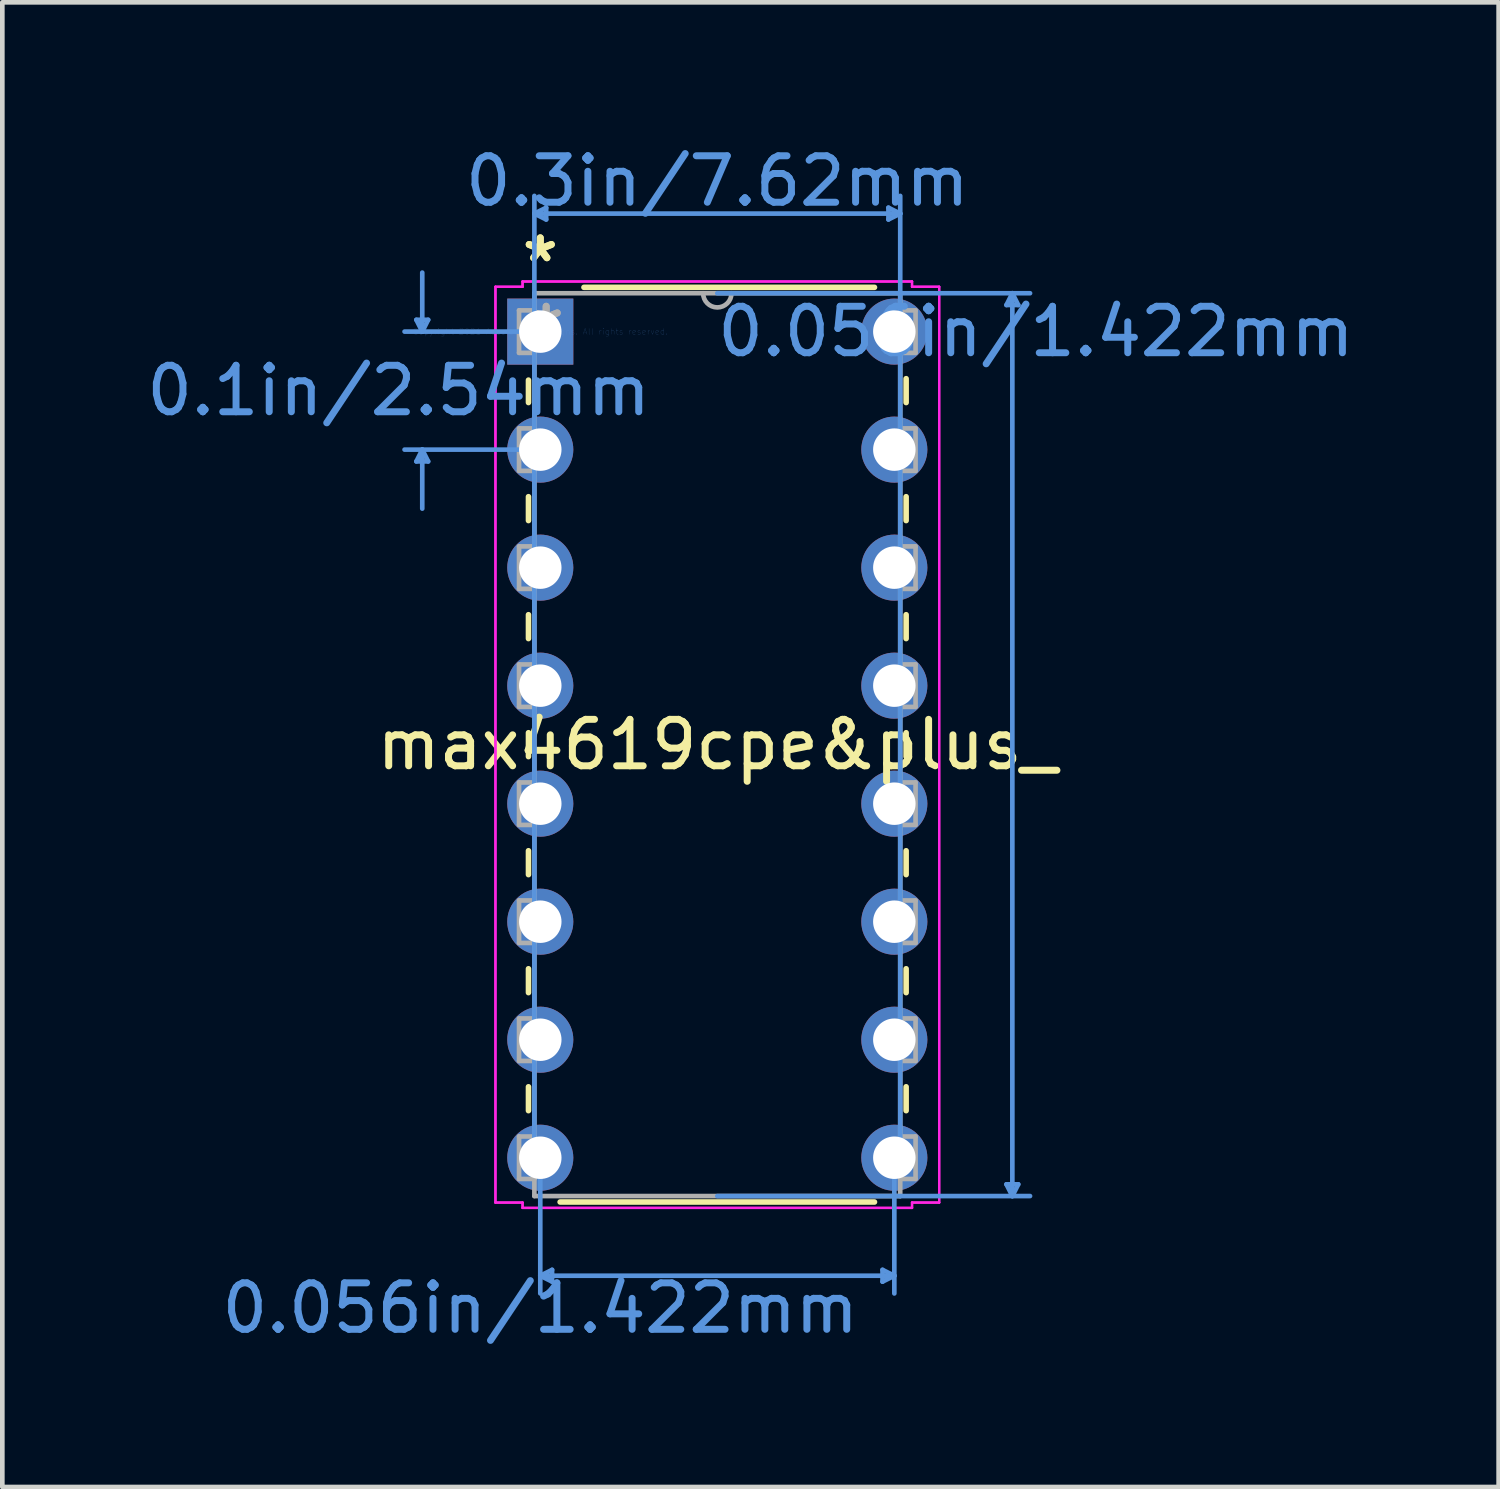
<source format=kicad_pcb>
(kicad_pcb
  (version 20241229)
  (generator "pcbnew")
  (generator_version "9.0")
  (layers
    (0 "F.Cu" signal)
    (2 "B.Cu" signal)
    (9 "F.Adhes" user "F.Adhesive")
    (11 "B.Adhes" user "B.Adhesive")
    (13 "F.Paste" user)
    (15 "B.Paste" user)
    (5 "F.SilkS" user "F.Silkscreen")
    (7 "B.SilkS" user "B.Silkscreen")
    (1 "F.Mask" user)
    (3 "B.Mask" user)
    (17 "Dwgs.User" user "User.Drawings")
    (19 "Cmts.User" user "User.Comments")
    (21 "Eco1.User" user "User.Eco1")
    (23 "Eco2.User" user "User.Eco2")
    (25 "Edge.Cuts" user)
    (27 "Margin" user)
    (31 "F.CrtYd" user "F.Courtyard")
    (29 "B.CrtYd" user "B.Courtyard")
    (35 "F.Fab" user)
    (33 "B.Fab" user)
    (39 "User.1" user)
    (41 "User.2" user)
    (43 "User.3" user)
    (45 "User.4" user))
  (footprint "max4619cpe&plus_"
    (layer "F.Cu")
    (at 8.578 4.087)
    (property "Reference" "max4619cpe&plus_" (at 3.81 8.89 0) (layer "F.SilkS") (effects (font (size 1 1) (thickness 0.15))))
    (attr through_hole)
    (fp_line (start -0.254 1.044) (end -0.254 1.527) (stroke (width 0.12) (type solid)) (layer "F.SilkS"))
    (fp_line (start -0.254 3.553) (end -0.254 4.067) (stroke (width 0.12) (type solid)) (layer "F.SilkS"))
    (fp_line (start -0.254 6.093) (end -0.254 6.607) (stroke (width 0.12) (type solid)) (layer "F.SilkS"))
    (fp_line (start -0.254 8.633) (end -0.254 9.147) (stroke (width 0.12) (type solid)) (layer "F.SilkS"))
    (fp_line (start -0.254 11.173) (end -0.254 11.687) (stroke (width 0.12) (type solid)) (layer "F.SilkS"))
    (fp_line (start -0.254 13.713) (end -0.254 14.227) (stroke (width 0.12) (type solid)) (layer "F.SilkS"))
    (fp_line (start -0.254 16.253) (end -0.254 16.767) (stroke (width 0.12) (type solid)) (layer "F.SilkS"))
    (fp_line (start 0.427 18.733) (end 7.193 18.733) (stroke (width 0.12) (type solid)) (layer "F.SilkS"))
    (fp_line (start 7.193 -0.953) (end 0.94 -0.953) (stroke (width 0.12) (type solid)) (layer "F.SilkS"))
    (fp_line (start 7.874 1.527) (end 7.874 1.013) (stroke (width 0.12) (type solid)) (layer "F.SilkS"))
    (fp_line (start 7.874 4.067) (end 7.874 3.553) (stroke (width 0.12) (type solid)) (layer "F.SilkS"))
    (fp_line (start 7.874 6.607) (end 7.874 6.093) (stroke (width 0.12) (type solid)) (layer "F.SilkS"))
    (fp_line (start 7.874 9.147) (end 7.874 8.633) (stroke (width 0.12) (type solid)) (layer "F.SilkS"))
    (fp_line (start 7.874 11.687) (end 7.874 11.173) (stroke (width 0.12) (type solid)) (layer "F.SilkS"))
    (fp_line (start 7.874 14.227) (end 7.874 13.713) (stroke (width 0.12) (type solid)) (layer "F.SilkS"))
    (fp_line (start 7.874 16.767) (end 7.874 16.253) (stroke (width 0.12) (type solid)) (layer "F.SilkS"))
    (fp_line (start -2.667 -0.254) (end -2.413 -0.254) (stroke (width 0.1) (type solid)) (layer "Cmts.User"))
    (fp_line (start -2.667 2.794) (end -2.413 2.794) (stroke (width 0.1) (type solid)) (layer "Cmts.User"))
    (fp_line (start -2.54 0) (end -2.667 -0.254) (stroke (width 0.1) (type solid)) (layer "Cmts.User"))
    (fp_line (start -2.54 0) (end -2.54 -1.27) (stroke (width 0.1) (type solid)) (layer "Cmts.User"))
    (fp_line (start -2.54 0) (end -2.413 -0.254) (stroke (width 0.1) (type solid)) (layer "Cmts.User"))
    (fp_line (start -2.54 2.54) (end -2.667 2.794) (stroke (width 0.1) (type solid)) (layer "Cmts.User"))
    (fp_line (start -2.54 2.54) (end -2.54 3.81) (stroke (width 0.1) (type solid)) (layer "Cmts.User"))
    (fp_line (start -2.54 2.54) (end -2.413 2.794) (stroke (width 0.1) (type solid)) (layer "Cmts.User"))
    (fp_line (start -0.127 -2.54) (end 0.127 -2.667) (stroke (width 0.1) (type solid)) (layer "Cmts.User"))
    (fp_line (start -0.127 -2.54) (end 0.127 -2.413) (stroke (width 0.1) (type solid)) (layer "Cmts.User"))
    (fp_line (start -0.127 -2.54) (end 7.747 -2.54) (stroke (width 0.1) (type solid)) (layer "Cmts.User"))
    (fp_line (start -0.127 17.78) (end -0.127 -2.921) (stroke (width 0.1) (type solid)) (layer "Cmts.User"))
    (fp_line (start 0 0) (end -2.921 0) (stroke (width 0.1) (type solid)) (layer "Cmts.User"))
    (fp_line (start 0 2.54) (end -2.921 2.54) (stroke (width 0.1) (type solid)) (layer "Cmts.User"))
    (fp_line (start 0 17.78) (end 0 20.701) (stroke (width 0.1) (type solid)) (layer "Cmts.User"))
    (fp_line (start 0 20.32) (end 0.254 20.193) (stroke (width 0.1) (type solid)) (layer "Cmts.User"))
    (fp_line (start 0 20.32) (end 0.254 20.447) (stroke (width 0.1) (type solid)) (layer "Cmts.User"))
    (fp_line (start 0 20.32) (end 7.62 20.32) (stroke (width 0.1) (type solid)) (layer "Cmts.User"))
    (fp_line (start 0.127 -2.667) (end 0.127 -2.413) (stroke (width 0.1) (type solid)) (layer "Cmts.User"))
    (fp_line (start 0.254 20.193) (end 0.254 20.447) (stroke (width 0.1) (type solid)) (layer "Cmts.User"))
    (fp_line (start 3.81 -0.826) (end 10.541 -0.826) (stroke (width 0.1) (type solid)) (layer "Cmts.User"))
    (fp_line (start 3.81 18.605) (end 10.541 18.605) (stroke (width 0.1) (type solid)) (layer "Cmts.User"))
    (fp_line (start 7.366 20.193) (end 7.366 20.447) (stroke (width 0.1) (type solid)) (layer "Cmts.User"))
    (fp_line (start 7.493 -2.667) (end 7.493 -2.413) (stroke (width 0.1) (type solid)) (layer "Cmts.User"))
    (fp_line (start 7.62 17.78) (end 7.62 20.701) (stroke (width 0.1) (type solid)) (layer "Cmts.User"))
    (fp_line (start 7.62 20.32) (end 7.366 20.193) (stroke (width 0.1) (type solid)) (layer "Cmts.User"))
    (fp_line (start 7.62 20.32) (end 7.366 20.447) (stroke (width 0.1) (type solid)) (layer "Cmts.User"))
    (fp_line (start 7.747 -2.54) (end 7.493 -2.667) (stroke (width 0.1) (type solid)) (layer "Cmts.User"))
    (fp_line (start 7.747 -2.54) (end 7.493 -2.413) (stroke (width 0.1) (type solid)) (layer "Cmts.User"))
    (fp_line (start 7.747 17.78) (end 7.747 -2.921) (stroke (width 0.1) (type solid)) (layer "Cmts.User"))
    (fp_line (start 10.033 -0.572) (end 10.287 -0.572) (stroke (width 0.1) (type solid)) (layer "Cmts.User"))
    (fp_line (start 10.033 18.352) (end 10.287 18.352) (stroke (width 0.1) (type solid)) (layer "Cmts.User"))
    (fp_line (start 10.16 -0.826) (end 10.033 -0.572) (stroke (width 0.1) (type solid)) (layer "Cmts.User"))
    (fp_line (start 10.16 -0.826) (end 10.16 18.605) (stroke (width 0.1) (type solid)) (layer "Cmts.User"))
    (fp_line (start 10.16 -0.826) (end 10.287 -0.572) (stroke (width 0.1) (type solid)) (layer "Cmts.User"))
    (fp_line (start 10.16 18.605) (end 10.033 18.352) (stroke (width 0.1) (type solid)) (layer "Cmts.User"))
    (fp_line (start 10.16 18.605) (end 10.287 18.352) (stroke (width 0.1) (type solid)) (layer "Cmts.User"))
    (fp_line (start -0.965 -0.965) (end -0.965 18.745) (stroke (width 0.05) (type solid)) (layer "F.CrtYd"))
    (fp_line (start -0.965 -0.965) (end -0.381 -0.965) (stroke (width 0.05) (type solid)) (layer "F.CrtYd"))
    (fp_line (start -0.965 18.745) (end -0.965 -0.965) (stroke (width 0.05) (type solid)) (layer "F.CrtYd"))
    (fp_line (start -0.965 18.745) (end -0.381 18.745) (stroke (width 0.05) (type solid)) (layer "F.CrtYd"))
    (fp_line (start -0.381 -1.079) (end -0.381 -0.965) (stroke (width 0.05) (type solid)) (layer "F.CrtYd"))
    (fp_line (start -0.381 -1.079) (end 8.001 -1.079) (stroke (width 0.05) (type solid)) (layer "F.CrtYd"))
    (fp_line (start -0.381 -0.965) (end -0.965 -0.965) (stroke (width 0.05) (type solid)) (layer "F.CrtYd"))
    (fp_line (start -0.381 -0.965) (end -0.381 -1.079) (stroke (width 0.05) (type solid)) (layer "F.CrtYd"))
    (fp_line (start -0.381 18.745) (end -0.965 18.745) (stroke (width 0.05) (type solid)) (layer "F.CrtYd"))
    (fp_line (start -0.381 18.745) (end -0.381 18.86) (stroke (width 0.05) (type solid)) (layer "F.CrtYd"))
    (fp_line (start -0.381 18.86) (end -0.381 18.745) (stroke (width 0.05) (type solid)) (layer "F.CrtYd"))
    (fp_line (start -0.381 18.86) (end 8.001 18.86) (stroke (width 0.05) (type solid)) (layer "F.CrtYd"))
    (fp_line (start 8.001 -1.079) (end -0.381 -1.079) (stroke (width 0.05) (type solid)) (layer "F.CrtYd"))
    (fp_line (start 8.001 -1.079) (end 8.001 -0.965) (stroke (width 0.05) (type solid)) (layer "F.CrtYd"))
    (fp_line (start 8.001 -0.965) (end 8.001 -1.079) (stroke (width 0.05) (type solid)) (layer "F.CrtYd"))
    (fp_line (start 8.001 18.745) (end 8.001 18.86) (stroke (width 0.05) (type solid)) (layer "F.CrtYd"))
    (fp_line (start 8.001 18.745) (end 8.585 18.745) (stroke (width 0.05) (type solid)) (layer "F.CrtYd"))
    (fp_line (start 8.001 18.86) (end -0.381 18.86) (stroke (width 0.05) (type solid)) (layer "F.CrtYd"))
    (fp_line (start 8.001 18.86) (end 8.001 18.745) (stroke (width 0.05) (type solid)) (layer "F.CrtYd"))
    (fp_line (start 8.585 -0.965) (end 8.001 -0.965) (stroke (width 0.05) (type solid)) (layer "F.CrtYd"))
    (fp_line (start 8.585 -0.965) (end 8.001 -0.965) (stroke (width 0.05) (type solid)) (layer "F.CrtYd"))
    (fp_line (start 8.585 -0.965) (end 8.585 18.745) (stroke (width 0.05) (type solid)) (layer "F.CrtYd"))
    (fp_line (start 8.585 18.745) (end 8.001 18.745) (stroke (width 0.05) (type solid)) (layer "F.CrtYd"))
    (fp_line (start 8.585 18.745) (end 8.585 -0.965) (stroke (width 0.05) (type solid)) (layer "F.CrtYd"))
    (fp_line (start -0.457 -0.457) (end -0.457 0.457) (stroke (width 0.1) (type solid)) (layer "F.Fab"))
    (fp_line (start -0.457 0.457) (end -0.127 0.457) (stroke (width 0.1) (type solid)) (layer "F.Fab"))
    (fp_line (start -0.457 2.083) (end -0.457 2.997) (stroke (width 0.1) (type solid)) (layer "F.Fab"))
    (fp_line (start -0.457 2.997) (end -0.127 2.997) (stroke (width 0.1) (type solid)) (layer "F.Fab"))
    (fp_line (start -0.457 4.623) (end -0.457 5.537) (stroke (width 0.1) (type solid)) (layer "F.Fab"))
    (fp_line (start -0.457 5.537) (end -0.127 5.537) (stroke (width 0.1) (type solid)) (layer "F.Fab"))
    (fp_line (start -0.457 7.163) (end -0.457 8.077) (stroke (width 0.1) (type solid)) (layer "F.Fab"))
    (fp_line (start -0.457 8.077) (end -0.127 8.077) (stroke (width 0.1) (type solid)) (layer "F.Fab"))
    (fp_line (start -0.457 9.703) (end -0.457 10.617) (stroke (width 0.1) (type solid)) (layer "F.Fab"))
    (fp_line (start -0.457 10.617) (end -0.127 10.617) (stroke (width 0.1) (type solid)) (layer "F.Fab"))
    (fp_line (start -0.457 12.243) (end -0.457 13.157) (stroke (width 0.1) (type solid)) (layer "F.Fab"))
    (fp_line (start -0.457 13.157) (end -0.127 13.157) (stroke (width 0.1) (type solid)) (layer "F.Fab"))
    (fp_line (start -0.457 14.783) (end -0.457 15.697) (stroke (width 0.1) (type solid)) (layer "F.Fab"))
    (fp_line (start -0.457 15.697) (end -0.127 15.697) (stroke (width 0.1) (type solid)) (layer "F.Fab"))
    (fp_line (start -0.457 17.323) (end -0.457 18.237) (stroke (width 0.1) (type solid)) (layer "F.Fab"))
    (fp_line (start -0.457 18.237) (end -0.127 18.237) (stroke (width 0.1) (type solid)) (layer "F.Fab"))
    (fp_line (start -0.127 -0.826) (end -0.127 18.605) (stroke (width 0.1) (type solid)) (layer "F.Fab"))
    (fp_line (start -0.127 -0.457) (end -0.457 -0.457) (stroke (width 0.1) (type solid)) (layer "F.Fab"))
    (fp_line (start -0.127 0.457) (end -0.127 -0.457) (stroke (width 0.1) (type solid)) (layer "F.Fab"))
    (fp_line (start -0.127 2.083) (end -0.457 2.083) (stroke (width 0.1) (type solid)) (layer "F.Fab"))
    (fp_line (start -0.127 2.997) (end -0.127 2.083) (stroke (width 0.1) (type solid)) (layer "F.Fab"))
    (fp_line (start -0.127 4.623) (end -0.457 4.623) (stroke (width 0.1) (type solid)) (layer "F.Fab"))
    (fp_line (start -0.127 5.537) (end -0.127 4.623) (stroke (width 0.1) (type solid)) (layer "F.Fab"))
    (fp_line (start -0.127 7.163) (end -0.457 7.163) (stroke (width 0.1) (type solid)) (layer "F.Fab"))
    (fp_line (start -0.127 8.077) (end -0.127 7.163) (stroke (width 0.1) (type solid)) (layer "F.Fab"))
    (fp_line (start -0.127 9.703) (end -0.457 9.703) (stroke (width 0.1) (type solid)) (layer "F.Fab"))
    (fp_line (start -0.127 10.617) (end -0.127 9.703) (stroke (width 0.1) (type solid)) (layer "F.Fab"))
    (fp_line (start -0.127 12.243) (end -0.457 12.243) (stroke (width 0.1) (type solid)) (layer "F.Fab"))
    (fp_line (start -0.127 13.157) (end -0.127 12.243) (stroke (width 0.1) (type solid)) (layer "F.Fab"))
    (fp_line (start -0.127 14.783) (end -0.457 14.783) (stroke (width 0.1) (type solid)) (layer "F.Fab"))
    (fp_line (start -0.127 15.697) (end -0.127 14.783) (stroke (width 0.1) (type solid)) (layer "F.Fab"))
    (fp_line (start -0.127 17.323) (end -0.457 17.323) (stroke (width 0.1) (type solid)) (layer "F.Fab"))
    (fp_line (start -0.127 18.237) (end -0.127 17.323) (stroke (width 0.1) (type solid)) (layer "F.Fab"))
    (fp_line (start -0.127 18.605) (end 7.747 18.605) (stroke (width 0.1) (type solid)) (layer "F.Fab"))
    (fp_line (start 7.747 -0.826) (end -0.127 -0.826) (stroke (width 0.1) (type solid)) (layer "F.Fab"))
    (fp_line (start 7.747 -0.457) (end 7.747 0.457) (stroke (width 0.1) (type solid)) (layer "F.Fab"))
    (fp_line (start 7.747 0.457) (end 8.077 0.457) (stroke (width 0.1) (type solid)) (layer "F.Fab"))
    (fp_line (start 7.747 2.083) (end 7.747 2.997) (stroke (width 0.1) (type solid)) (layer "F.Fab"))
    (fp_line (start 7.747 2.997) (end 8.077 2.997) (stroke (width 0.1) (type solid)) (layer "F.Fab"))
    (fp_line (start 7.747 4.623) (end 7.747 5.537) (stroke (width 0.1) (type solid)) (layer "F.Fab"))
    (fp_line (start 7.747 5.537) (end 8.077 5.537) (stroke (width 0.1) (type solid)) (layer "F.Fab"))
    (fp_line (start 7.747 7.163) (end 7.747 8.077) (stroke (width 0.1) (type solid)) (layer "F.Fab"))
    (fp_line (start 7.747 8.077) (end 8.077 8.077) (stroke (width 0.1) (type solid)) (layer "F.Fab"))
    (fp_line (start 7.747 9.703) (end 7.747 10.617) (stroke (width 0.1) (type solid)) (layer "F.Fab"))
    (fp_line (start 7.747 10.617) (end 8.077 10.617) (stroke (width 0.1) (type solid)) (layer "F.Fab"))
    (fp_line (start 7.747 12.243) (end 7.747 13.157) (stroke (width 0.1) (type solid)) (layer "F.Fab"))
    (fp_line (start 7.747 13.157) (end 8.077 13.157) (stroke (width 0.1) (type solid)) (layer "F.Fab"))
    (fp_line (start 7.747 14.783) (end 7.747 15.697) (stroke (width 0.1) (type solid)) (layer "F.Fab"))
    (fp_line (start 7.747 15.697) (end 8.077 15.697) (stroke (width 0.1) (type solid)) (layer "F.Fab"))
    (fp_line (start 7.747 17.323) (end 7.747 18.237) (stroke (width 0.1) (type solid)) (layer "F.Fab"))
    (fp_line (start 7.747 18.237) (end 8.077 18.237) (stroke (width 0.1) (type solid)) (layer "F.Fab"))
    (fp_line (start 7.747 18.605) (end 7.747 -0.826) (stroke (width 0.1) (type solid)) (layer "F.Fab"))
    (fp_line (start 8.077 -0.457) (end 7.747 -0.457) (stroke (width 0.1) (type solid)) (layer "F.Fab"))
    (fp_line (start 8.077 0.457) (end 8.077 -0.457) (stroke (width 0.1) (type solid)) (layer "F.Fab"))
    (fp_line (start 8.077 2.083) (end 7.747 2.083) (stroke (width 0.1) (type solid)) (layer "F.Fab"))
    (fp_line (start 8.077 2.997) (end 8.077 2.083) (stroke (width 0.1) (type solid)) (layer "F.Fab"))
    (fp_line (start 8.077 4.623) (end 7.747 4.623) (stroke (width 0.1) (type solid)) (layer "F.Fab"))
    (fp_line (start 8.077 5.537) (end 8.077 4.623) (stroke (width 0.1) (type solid)) (layer "F.Fab"))
    (fp_line (start 8.077 7.163) (end 7.747 7.163) (stroke (width 0.1) (type solid)) (layer "F.Fab"))
    (fp_line (start 8.077 8.077) (end 8.077 7.163) (stroke (width 0.1) (type solid)) (layer "F.Fab"))
    (fp_line (start 8.077 9.703) (end 7.747 9.703) (stroke (width 0.1) (type solid)) (layer "F.Fab"))
    (fp_line (start 8.077 10.617) (end 8.077 9.703) (stroke (width 0.1) (type solid)) (layer "F.Fab"))
    (fp_line (start 8.077 12.243) (end 7.747 12.243) (stroke (width 0.1) (type solid)) (layer "F.Fab"))
    (fp_line (start 8.077 13.157) (end 8.077 12.243) (stroke (width 0.1) (type solid)) (layer "F.Fab"))
    (fp_line (start 8.077 14.783) (end 7.747 14.783) (stroke (width 0.1) (type solid)) (layer "F.Fab"))
    (fp_line (start 8.077 15.697) (end 8.077 14.783) (stroke (width 0.1) (type solid)) (layer "F.Fab"))
    (fp_line (start 8.077 17.323) (end 7.747 17.323) (stroke (width 0.1) (type solid)) (layer "F.Fab"))
    (fp_line (start 8.077 18.237) (end 8.077 17.323) (stroke (width 0.1) (type solid)) (layer "F.Fab"))
    (fp_arc (start 4.1148 -0.8255) (mid 3.81 -0.5207) (end 3.5052 -0.8255) (stroke (width 0.1) (type solid)) (layer "F.Fab"))
    (fp_text user "*" (at 0 -1.473 0) (layer "F.SilkS") (effects (font (size 1 1) (thickness 0.15))))
    (fp_text user "*" (at 0 -1.473 0) (layer "F.SilkS") (effects (font (size 1 1) (thickness 0.15))))
    (fp_text user "0.1in/2.54mm" (at -3.048 1.27 0) (layer "Cmts.User") (effects (font (size 1 1) (thickness 0.15))))
    (fp_text user "Copyright 2021 Accelerated Designs. All rights reserved." (at 0 0 0) (layer "Cmts.User") (effects (font (size 0.127 0.127) (thickness 0.002))))
    (fp_text user "0.3in/7.62mm" (at 3.81 -3.239 0) (layer "Cmts.User") (effects (font (size 1 1) (thickness 0.15))))
    (fp_text user "0.056in/1.422mm" (at 10.668 0 0) (layer "Cmts.User") (effects (font (size 1 1) (thickness 0.15))))
    (fp_text user "0.056in/1.422mm" (at 0 21.018 0) (layer "Cmts.User") (effects (font (size 1 1) (thickness 0.15))))
    (fp_text user "*" (at 0.127 0 0) (layer "F.Fab") (effects (font (size 1 1) (thickness 0.15))))
    (fp_text user "*" (at 0.127 0 0) (layer "F.Fab") (effects (font (size 1 1) (thickness 0.15))))
    (pad "1" thru_hole rect (at 0 0) (size 1.422 1.422) (drill 0.914) (layers "*.Cu" "*.Mask"))
    (pad "2" thru_hole circle (at 0 2.54) (size 1.422 1.422) (drill 0.914) (layers "*.Cu" "*.Mask"))
    (pad "3" thru_hole circle (at 0 5.08) (size 1.422 1.422) (drill 0.914) (layers "*.Cu" "*.Mask"))
    (pad "4" thru_hole circle (at 0 7.62) (size 1.422 1.422) (drill 0.914) (layers "*.Cu" "*.Mask"))
    (pad "5" thru_hole circle (at 0 10.16) (size 1.422 1.422) (drill 0.914) (layers "*.Cu" "*.Mask"))
    (pad "6" thru_hole circle (at 0 12.7) (size 1.422 1.422) (drill 0.914) (layers "*.Cu" "*.Mask"))
    (pad "7" thru_hole circle (at 0 15.24) (size 1.422 1.422) (drill 0.914) (layers "*.Cu" "*.Mask"))
    (pad "8" thru_hole circle (at 0 17.78) (size 1.422 1.422) (drill 0.914) (layers "*.Cu" "*.Mask"))
    (pad "9" thru_hole circle (at 7.62 17.78) (size 1.422 1.422) (drill 0.914) (layers "*.Cu" "*.Mask"))
    (pad "10" thru_hole circle (at 7.62 15.24) (size 1.422 1.422) (drill 0.914) (layers "*.Cu" "*.Mask"))
    (pad "11" thru_hole circle (at 7.62 12.7) (size 1.422 1.422) (drill 0.914) (layers "*.Cu" "*.Mask"))
    (pad "12" thru_hole circle (at 7.62 10.16) (size 1.422 1.422) (drill 0.914) (layers "*.Cu" "*.Mask"))
    (pad "13" thru_hole circle (at 7.62 7.62) (size 1.422 1.422) (drill 0.914) (layers "*.Cu" "*.Mask"))
    (pad "14" thru_hole circle (at 7.62 5.08) (size 1.422 1.422) (drill 0.914) (layers "*.Cu" "*.Mask"))
    (pad "15" thru_hole circle (at 7.62 2.54) (size 1.422 1.422) (drill 0.914) (layers "*.Cu" "*.Mask"))
    (pad "16" thru_hole circle (at 7.62 0) (size 1.422 1.422) (drill 0.914) (layers "*.Cu" "*.Mask")))
  (gr_rect
    (start -3 -3)
    (end 29.204 28.953)
    (stroke (width 0.1) (type default))
    (fill no)
    (layer "Edge.Cuts")))
</source>
